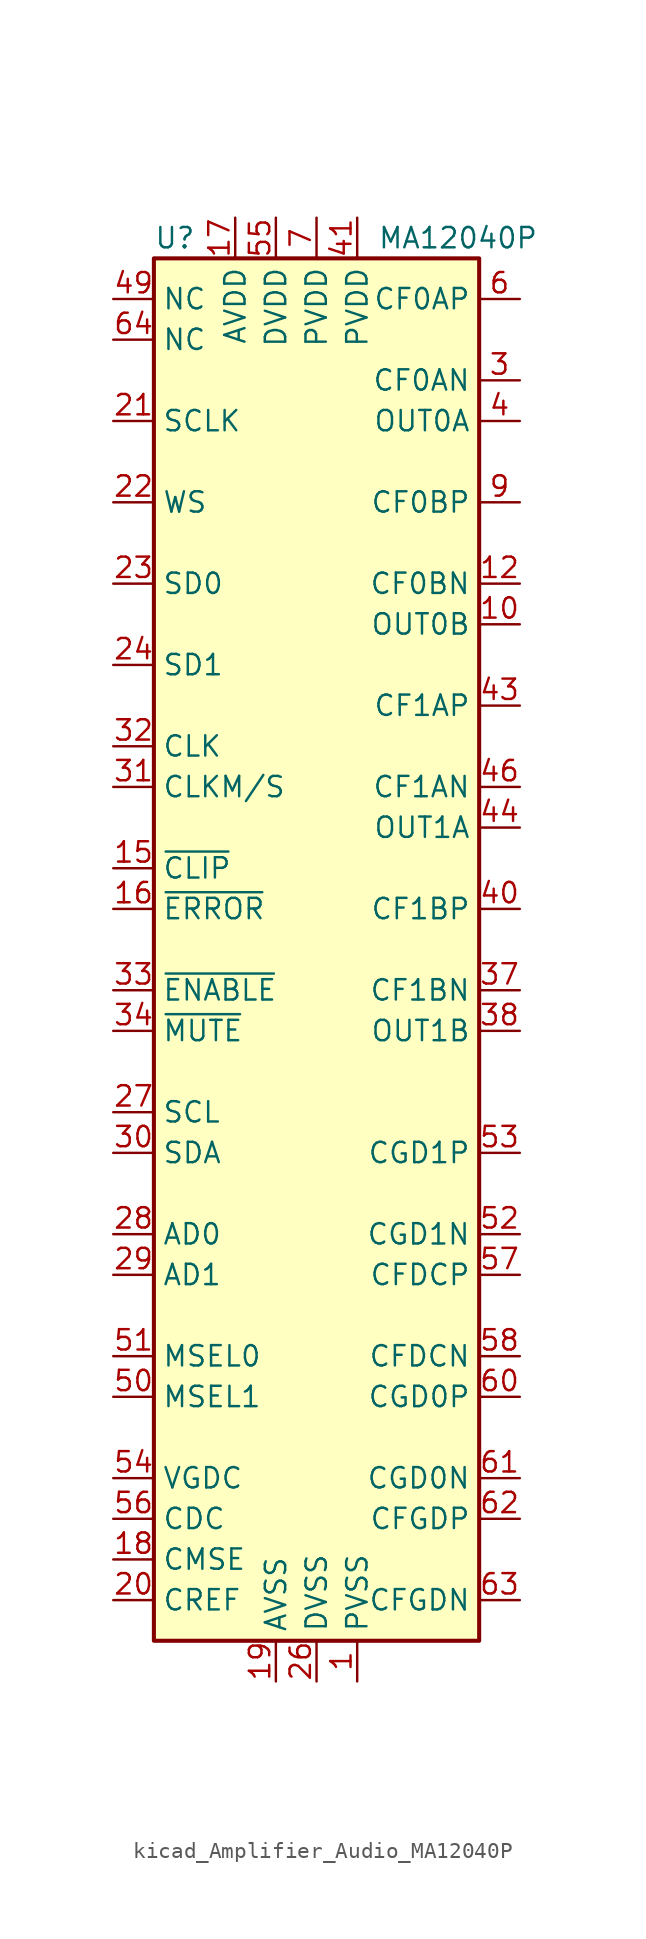
<source format=kicad_sym>
(kicad_symbol_lib
  (version 20220914)
  (generator kicad_symbol_editor)
  (symbol "kicad_Amplifier_Audio_MA12040P"
    (property "Reference" "U"
      (at -10.16 44.45 0)
      (effects (font (size 1.27 1.27)) (justify left)))
    (property "Value" "MA12040P"
      (at 3.81 44.45 0)
      (effects (font (size 1.27 1.27)) (justify left)))
    (symbol "kicad_Amplifier_Audio_MA12040P_0_1"
      (rectangle (start -10.16 -43.18) (end 10.16 43.18) (stroke (width 0.254) (type default)) (fill (type background))))
    (symbol "kicad_Amplifier_Audio_MA12040P_1_1"
      (pin power_in line (at 2.54 -45.72 90) (length 2.54) (name "PVSS" (effects (font (size 1.27 1.27)))) (number "1" (effects (font (size 1.27 1.27)))))
      (pin output line (at 12.7 20.32 180) (length 2.54) (name "OUT0B" (effects (font (size 1.27 1.27)))) (number "10" (effects (font (size 1.27 1.27)))))
      (pin passive line (at 12.7 20.32 180) (length 2.54) hide (name "OUT0B" (effects (font (size 1.27 1.27)))) (number "11" (effects (font (size 1.27 1.27)))))
      (pin passive line (at 12.7 22.86 180) (length 2.54) (name "CF0BN" (effects (font (size 1.27 1.27)))) (number "12" (effects (font (size 1.27 1.27)))))
      (pin passive line (at 2.54 -45.72 90) (length 2.54) hide (name "PVSS" (effects (font (size 1.27 1.27)))) (number "13" (effects (font (size 1.27 1.27)))))
      (pin passive line (at 2.54 -45.72 90) (length 2.54) hide (name "PVSS" (effects (font (size 1.27 1.27)))) (number "14" (effects (font (size 1.27 1.27)))))
      (pin output line (at -12.7 5.08 0) (length 2.54) (name "~{CLIP}" (effects (font (size 1.27 1.27)))) (number "15" (effects (font (size 1.27 1.27)))))
      (pin output line (at -12.7 2.54 0) (length 2.54) (name "~{ERROR}" (effects (font (size 1.27 1.27)))) (number "16" (effects (font (size 1.27 1.27)))))
      (pin power_in line (at -5.08 45.72 270) (length 2.54) (name "AVDD" (effects (font (size 1.27 1.27)))) (number "17" (effects (font (size 1.27 1.27)))))
      (pin passive line (at -12.7 -38.1 0) (length 2.54) (name "CMSE" (effects (font (size 1.27 1.27)))) (number "18" (effects (font (size 1.27 1.27)))))
      (pin power_in line (at -2.54 -45.72 90) (length 2.54) (name "AVSS" (effects (font (size 1.27 1.27)))) (number "19" (effects (font (size 1.27 1.27)))))
      (pin passive line (at 2.54 -45.72 90) (length 2.54) hide (name "PVSS" (effects (font (size 1.27 1.27)))) (number "2" (effects (font (size 1.27 1.27)))))
      (pin passive line (at -12.7 -40.64 0) (length 2.54) (name "CREF" (effects (font (size 1.27 1.27)))) (number "20" (effects (font (size 1.27 1.27)))))
      (pin input line (at -12.7 33.02 0) (length 2.54) (name "SCLK" (effects (font (size 1.27 1.27)))) (number "21" (effects (font (size 1.27 1.27)))))
      (pin input line (at -12.7 27.94 0) (length 2.54) (name "WS" (effects (font (size 1.27 1.27)))) (number "22" (effects (font (size 1.27 1.27)))))
      (pin input line (at -12.7 22.86 0) (length 2.54) (name "SD0" (effects (font (size 1.27 1.27)))) (number "23" (effects (font (size 1.27 1.27)))))
      (pin input line (at -12.7 17.78 0) (length 2.54) (name "SD1" (effects (font (size 1.27 1.27)))) (number "24" (effects (font (size 1.27 1.27)))))
      (pin passive line (at -2.54 -45.72 90) (length 2.54) hide (name "AVSS" (effects (font (size 1.27 1.27)))) (number "25" (effects (font (size 1.27 1.27)))))
      (pin power_in line (at 0 -45.72 90) (length 2.54) (name "DVSS" (effects (font (size 1.27 1.27)))) (number "26" (effects (font (size 1.27 1.27)))))
      (pin input line (at -12.7 -10.16 0) (length 2.54) (name "SCL" (effects (font (size 1.27 1.27)))) (number "27" (effects (font (size 1.27 1.27)))))
      (pin input line (at -12.7 -17.78 0) (length 2.54) (name "AD0" (effects (font (size 1.27 1.27)))) (number "28" (effects (font (size 1.27 1.27)))))
      (pin input line (at -12.7 -20.32 0) (length 2.54) (name "AD1" (effects (font (size 1.27 1.27)))) (number "29" (effects (font (size 1.27 1.27)))))
      (pin passive line (at 12.7 35.56 180) (length 2.54) (name "CF0AN" (effects (font (size 1.27 1.27)))) (number "3" (effects (font (size 1.27 1.27)))))
      (pin bidirectional line (at -12.7 -12.7 0) (length 2.54) (name "SDA" (effects (font (size 1.27 1.27)))) (number "30" (effects (font (size 1.27 1.27)))))
      (pin input line (at -12.7 10.16 0) (length 2.54) (name "CLKM/S" (effects (font (size 1.27 1.27)))) (number "31" (effects (font (size 1.27 1.27)))))
      (pin input line (at -12.7 12.7 0) (length 2.54) (name "CLK" (effects (font (size 1.27 1.27)))) (number "32" (effects (font (size 1.27 1.27)))))
      (pin input line (at -12.7 -2.54 0) (length 2.54) (name "~{ENABLE}" (effects (font (size 1.27 1.27)))) (number "33" (effects (font (size 1.27 1.27)))))
      (pin input line (at -12.7 -5.08 0) (length 2.54) (name "~{MUTE}" (effects (font (size 1.27 1.27)))) (number "34" (effects (font (size 1.27 1.27)))))
      (pin passive line (at 2.54 -45.72 90) (length 2.54) hide (name "PVSS" (effects (font (size 1.27 1.27)))) (number "35" (effects (font (size 1.27 1.27)))))
      (pin passive line (at 2.54 -45.72 90) (length 2.54) hide (name "PVSS" (effects (font (size 1.27 1.27)))) (number "36" (effects (font (size 1.27 1.27)))))
      (pin passive line (at 12.7 -2.54 180) (length 2.54) (name "CF1BN" (effects (font (size 1.27 1.27)))) (number "37" (effects (font (size 1.27 1.27)))))
      (pin output line (at 12.7 -5.08 180) (length 2.54) (name "OUT1B" (effects (font (size 1.27 1.27)))) (number "38" (effects (font (size 1.27 1.27)))))
      (pin passive line (at 12.7 -5.08 180) (length 2.54) hide (name "OUT1B" (effects (font (size 1.27 1.27)))) (number "39" (effects (font (size 1.27 1.27)))))
      (pin output line (at 12.7 33.02 180) (length 2.54) (name "OUT0A" (effects (font (size 1.27 1.27)))) (number "4" (effects (font (size 1.27 1.27)))))
      (pin passive line (at 12.7 2.54 180) (length 2.54) (name "CF1BP" (effects (font (size 1.27 1.27)))) (number "40" (effects (font (size 1.27 1.27)))))
      (pin power_in line (at 2.54 45.72 270) (length 2.54) (name "PVDD" (effects (font (size 1.27 1.27)))) (number "41" (effects (font (size 1.27 1.27)))))
      (pin passive line (at 2.54 45.72 270) (length 2.54) hide (name "PVDD" (effects (font (size 1.27 1.27)))) (number "42" (effects (font (size 1.27 1.27)))))
      (pin passive line (at 12.7 15.24 180) (length 2.54) (name "CF1AP" (effects (font (size 1.27 1.27)))) (number "43" (effects (font (size 1.27 1.27)))))
      (pin output line (at 12.7 7.62 180) (length 2.54) (name "OUT1A" (effects (font (size 1.27 1.27)))) (number "44" (effects (font (size 1.27 1.27)))))
      (pin passive line (at 12.7 7.62 180) (length 2.54) hide (name "OUT1A" (effects (font (size 1.27 1.27)))) (number "45" (effects (font (size 1.27 1.27)))))
      (pin passive line (at 12.7 10.16 180) (length 2.54) (name "CF1AN" (effects (font (size 1.27 1.27)))) (number "46" (effects (font (size 1.27 1.27)))))
      (pin passive line (at 2.54 -45.72 90) (length 2.54) hide (name "PVSS" (effects (font (size 1.27 1.27)))) (number "47" (effects (font (size 1.27 1.27)))))
      (pin passive line (at 2.54 -45.72 90) (length 2.54) hide (name "PVSS" (effects (font (size 1.27 1.27)))) (number "48" (effects (font (size 1.27 1.27)))))
      (pin passive line (at -12.7 40.64 0) (length 2.54) (name "NC" (effects (font (size 1.27 1.27)))) (number "49" (effects (font (size 1.27 1.27)))))
      (pin passive line (at 12.7 33.02 180) (length 2.54) hide (name "OUT0A" (effects (font (size 1.27 1.27)))) (number "5" (effects (font (size 1.27 1.27)))))
      (pin input line (at -12.7 -27.94 0) (length 2.54) (name "MSEL1" (effects (font (size 1.27 1.27)))) (number "50" (effects (font (size 1.27 1.27)))))
      (pin input line (at -12.7 -25.4 0) (length 2.54) (name "MSEL0" (effects (font (size 1.27 1.27)))) (number "51" (effects (font (size 1.27 1.27)))))
      (pin passive line (at 12.7 -17.78 180) (length 2.54) (name "CGD1N" (effects (font (size 1.27 1.27)))) (number "52" (effects (font (size 1.27 1.27)))))
      (pin passive line (at 12.7 -12.7 180) (length 2.54) (name "CGD1P" (effects (font (size 1.27 1.27)))) (number "53" (effects (font (size 1.27 1.27)))))
      (pin passive line (at -12.7 -33.02 0) (length 2.54) (name "VGDC" (effects (font (size 1.27 1.27)))) (number "54" (effects (font (size 1.27 1.27)))))
      (pin power_in line (at -2.54 45.72 270) (length 2.54) (name "DVDD" (effects (font (size 1.27 1.27)))) (number "55" (effects (font (size 1.27 1.27)))))
      (pin passive line (at -12.7 -35.56 0) (length 2.54) (name "CDC" (effects (font (size 1.27 1.27)))) (number "56" (effects (font (size 1.27 1.27)))))
      (pin passive line (at 12.7 -20.32 180) (length 2.54) (name "CFDCP" (effects (font (size 1.27 1.27)))) (number "57" (effects (font (size 1.27 1.27)))))
      (pin passive line (at 12.7 -25.4 180) (length 2.54) (name "CFDCN" (effects (font (size 1.27 1.27)))) (number "58" (effects (font (size 1.27 1.27)))))
      (pin passive line (at 0 -45.72 90) (length 2.54) hide (name "DVSS" (effects (font (size 1.27 1.27)))) (number "59" (effects (font (size 1.27 1.27)))))
      (pin passive line (at 12.7 40.64 180) (length 2.54) (name "CF0AP" (effects (font (size 1.27 1.27)))) (number "6" (effects (font (size 1.27 1.27)))))
      (pin passive line (at 12.7 -27.94 180) (length 2.54) (name "CGD0P" (effects (font (size 1.27 1.27)))) (number "60" (effects (font (size 1.27 1.27)))))
      (pin passive line (at 12.7 -33.02 180) (length 2.54) (name "CGD0N" (effects (font (size 1.27 1.27)))) (number "61" (effects (font (size 1.27 1.27)))))
      (pin passive line (at 12.7 -35.56 180) (length 2.54) (name "CFGDP" (effects (font (size 1.27 1.27)))) (number "62" (effects (font (size 1.27 1.27)))))
      (pin passive line (at 12.7 -40.64 180) (length 2.54) (name "CFGDN" (effects (font (size 1.27 1.27)))) (number "63" (effects (font (size 1.27 1.27)))))
      (pin passive line (at -12.7 38.1 0) (length 2.54) (name "NC" (effects (font (size 1.27 1.27)))) (number "64" (effects (font (size 1.27 1.27)))))
      (pin power_in line (at 0 45.72 270) (length 2.54) (name "PVDD" (effects (font (size 1.27 1.27)))) (number "7" (effects (font (size 1.27 1.27)))))
      (pin passive line (at 0 45.72 270) (length 2.54) hide (name "PVDD" (effects (font (size 1.27 1.27)))) (number "8" (effects (font (size 1.27 1.27)))))
      (pin passive line (at 12.7 27.94 180) (length 2.54) (name "CF0BP" (effects (font (size 1.27 1.27)))) (number "9" (effects (font (size 1.27 1.27))))))))
</source>
